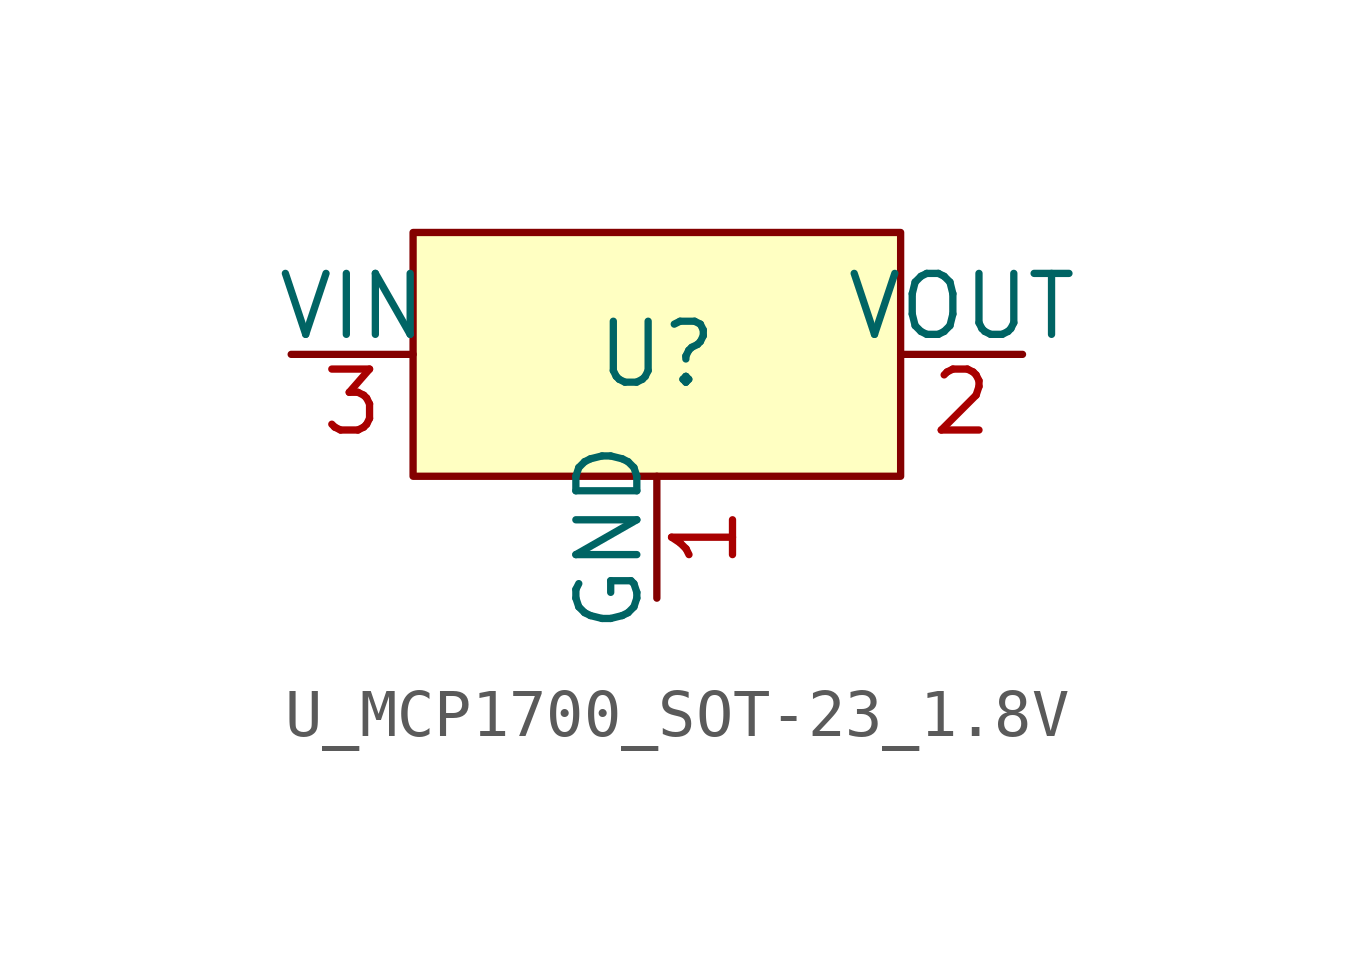
<source format=kicad_sym>
(kicad_symbol_lib
  (version 20220914)
  (generator kicad_symbol_editor)
  (symbol "U_MCP1700_SOT-23_1.8V"
    (pin_names
      (offset 0))
    (property "Reference" "U"
      (at 7.62 0 0)
      (effects (font (size 1.27 1.27))))
    (symbol "U_MCP1700_SOT-23_1.8V_0_0"
      (pin power_out line (at 7.62 -5.08 90) (length 2.54) (name "GND" (effects (font (size 1.27 1.27)))) (number "1" (effects (font (size 1.27 1.27)))))
      (pin power_out line (at 15.24 0 180) (length 2.54) (name "VOUT" (effects (font (size 1.27 1.27)))) (number "2" (effects (font (size 1.27 1.27)))))
      (pin power_in line (at 0 0 0) (length 2.54) (name "VIN" (effects (font (size 1.27 1.27)))) (number "3" (effects (font (size 1.27 1.27))))))
    (symbol "U_MCP1700_SOT-23_1.8V_0_1"
      (rectangle (start 2.54 2.54) (end 12.7 -2.54) (stroke (width 0) (type solid)) (fill (type background))))))
</source>
